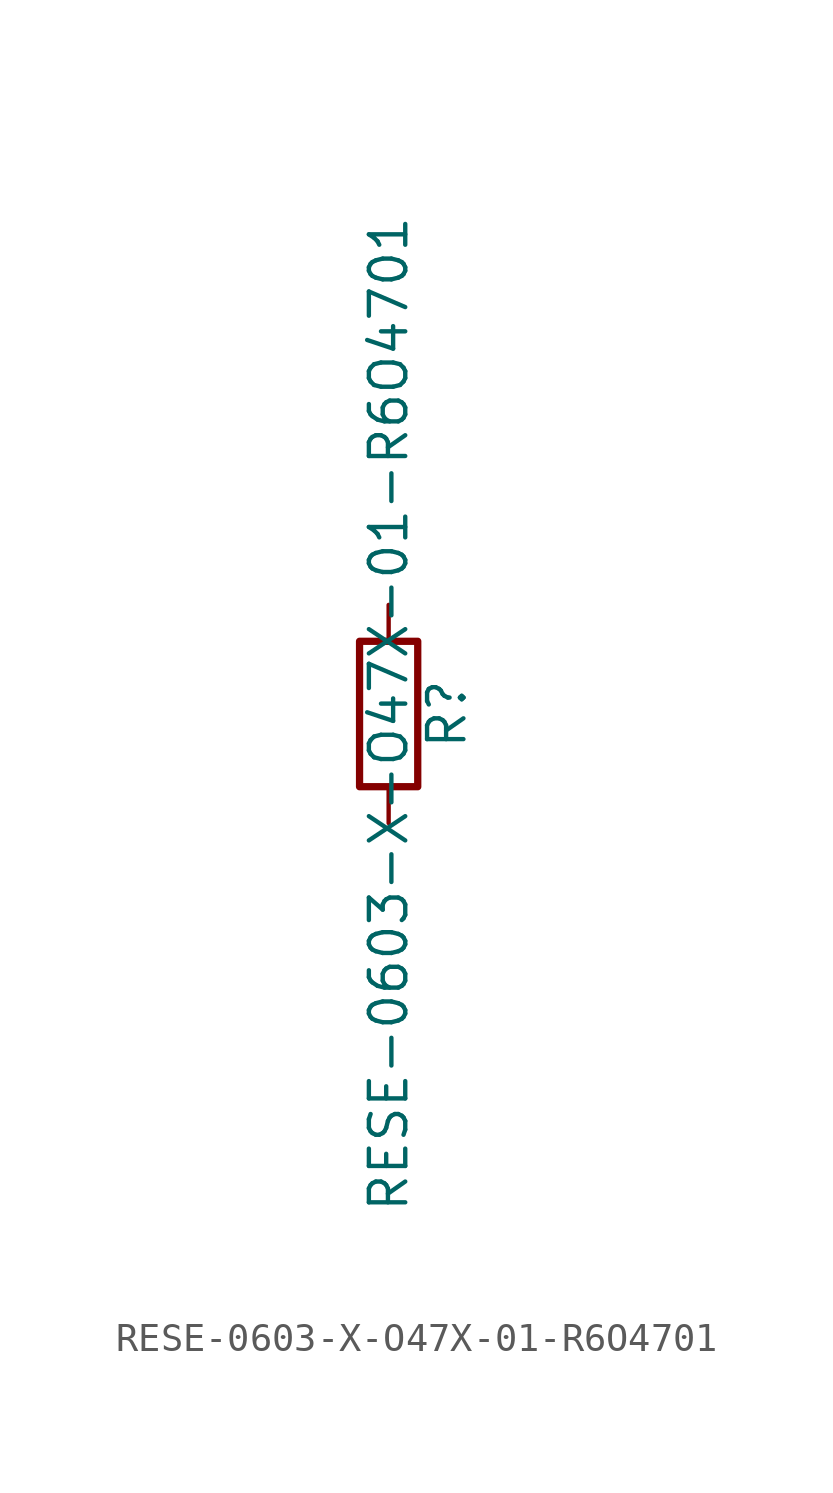
<source format=kicad_sym>
(kicad_symbol_lib
  (version 20211014)
  (generator kicad_symbol_editor)
  (symbol "RESE-0603-X-O47X-01-R6O4701"
    (pin_numbers hide)
    (pin_names
      (offset 0))
    (property "Reference" "R"
      (at 2.032 0 90)
      (effects (font (size 1.27 1.27))))
    (property "Value" "RESE-0603-X-O47X-01-R6O4701"
      (at 0 0 90)
      (effects (font (size 1.27 1.27))))
    (symbol "RESE-0603-X-O47X-01-R6O4701_0_1"
      (rectangle (start -1.016 -2.54) (end 1.016 2.54) (stroke (width 0.254) (type default) (color 0 0 0 0)) (fill (type none))))
    (symbol "RESE-0603-X-O47X-01-R6O4701_1_1"
      (pin passive line (at 0 3.81 270) (length 1.27) (name "~" (effects (font (size 1.27 1.27)))) (number "1" (effects (font (size 1.27 1.27)))))
      (pin passive line (at 0 -3.81 90) (length 1.27) (name "~" (effects (font (size 1.27 1.27)))) (number "2" (effects (font (size 1.27 1.27))))))))
</source>
